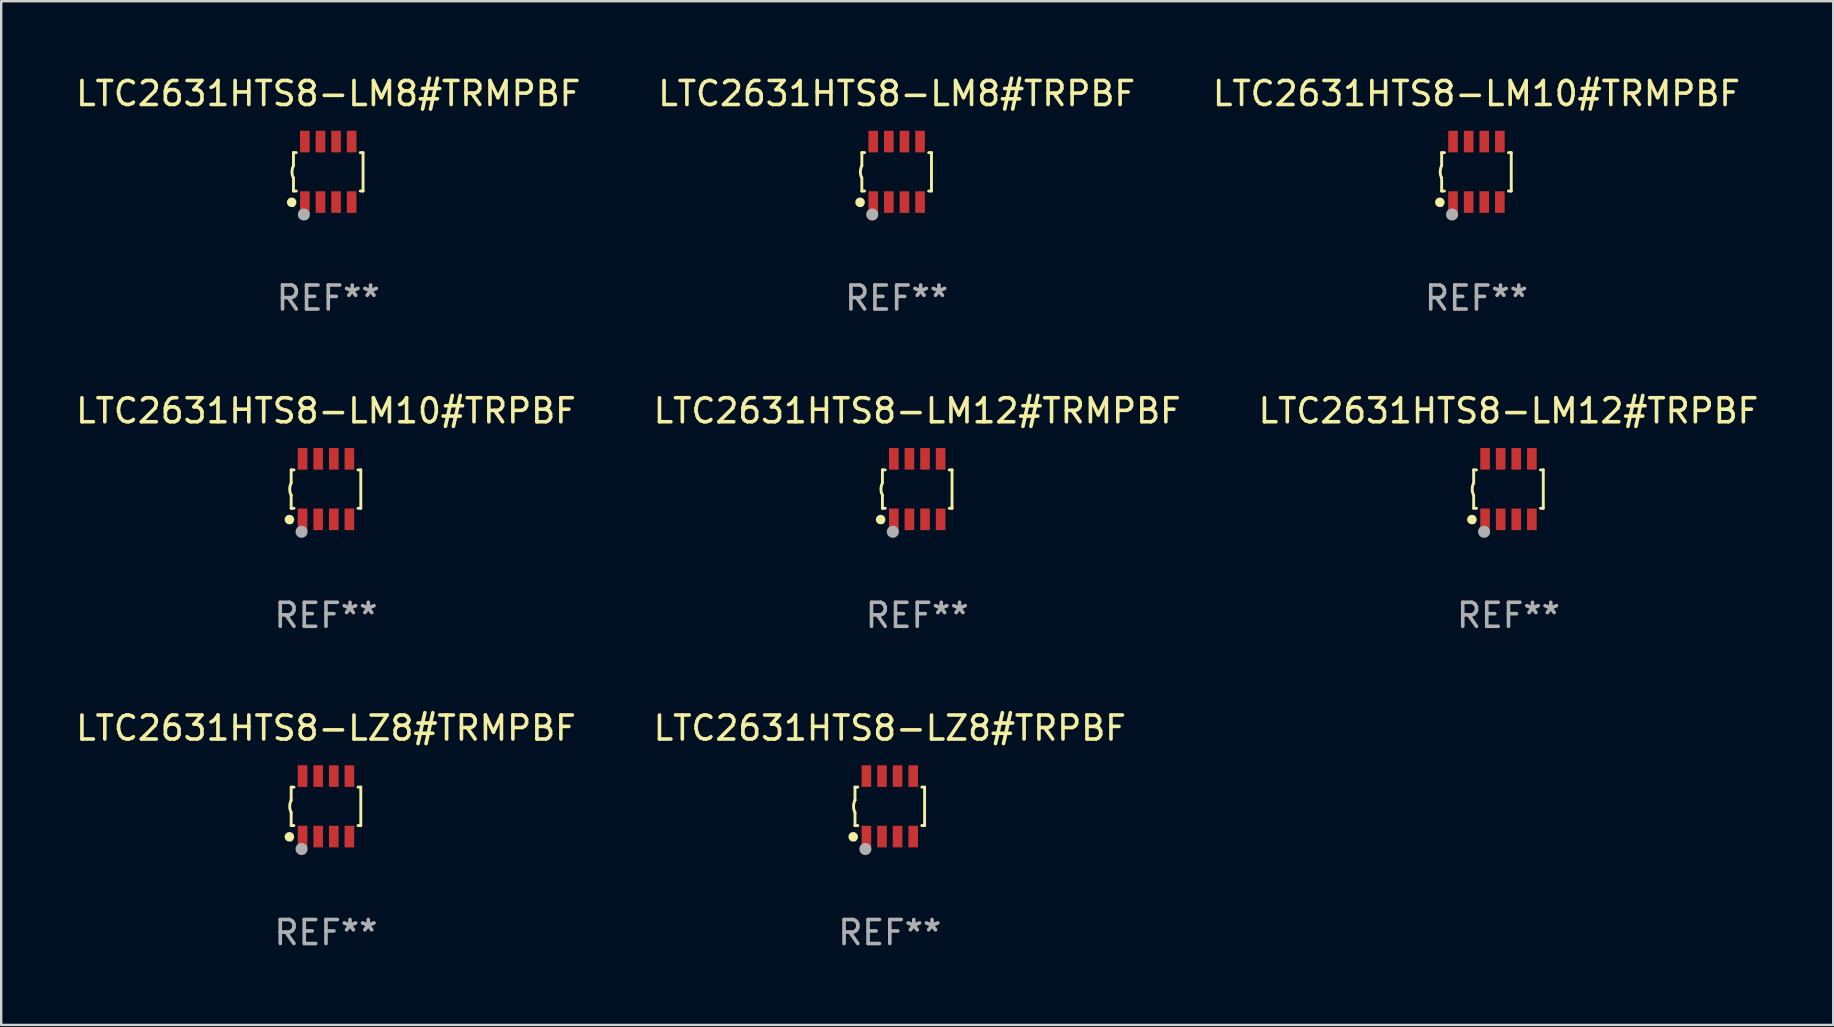
<source format=kicad_pcb>
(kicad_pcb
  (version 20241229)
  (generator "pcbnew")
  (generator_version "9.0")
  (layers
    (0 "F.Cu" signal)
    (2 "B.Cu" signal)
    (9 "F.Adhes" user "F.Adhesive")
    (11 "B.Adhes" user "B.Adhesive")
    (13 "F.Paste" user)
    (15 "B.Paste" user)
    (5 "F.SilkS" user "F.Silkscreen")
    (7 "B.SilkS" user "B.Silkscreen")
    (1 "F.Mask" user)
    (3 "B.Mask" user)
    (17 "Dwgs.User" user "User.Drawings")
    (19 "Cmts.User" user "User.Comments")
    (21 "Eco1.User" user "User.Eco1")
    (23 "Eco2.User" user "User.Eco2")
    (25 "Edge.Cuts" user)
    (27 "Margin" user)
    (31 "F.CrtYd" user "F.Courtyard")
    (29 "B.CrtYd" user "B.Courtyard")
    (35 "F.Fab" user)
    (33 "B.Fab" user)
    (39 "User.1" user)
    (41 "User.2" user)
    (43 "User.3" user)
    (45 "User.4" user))
  (footprint "LTC2631HTS8-LM10#TRMPBF"
    (layer "F.Cu")
    (at 58.458 4.108)
    (property "Reference" "LTC2631HTS8-LM10#TRMPBF" (at 0 -3.26 0) (layer "F.SilkS") (effects (font (size 1 1) (thickness 0.15))))
    (attr through_hole)
    (fp_line (start -1.45 -0.8) (end -1.45 -0.254) (stroke (width 0.12) (type solid)) (layer "F.SilkS"))
    (fp_line (start -1.45 -0.8) (end -1.334 -0.8) (stroke (width 0.12) (type solid)) (layer "F.SilkS"))
    (fp_line (start -1.45 0.8) (end -1.45 0.254) (stroke (width 0.12) (type solid)) (layer "F.SilkS"))
    (fp_line (start -1.45 0.8) (end -1.334 0.8) (stroke (width 0.12) (type solid)) (layer "F.SilkS"))
    (fp_line (start 1.334 -0.8) (end 1.45 -0.8) (stroke (width 0.12) (type solid)) (layer "F.SilkS"))
    (fp_line (start 1.334 0.8) (end 1.45 0.8) (stroke (width 0.12) (type solid)) (layer "F.SilkS"))
    (fp_line (start 1.45 0.8) (end 1.45 -0.8) (stroke (width 0.12) (type solid)) (layer "F.SilkS"))
    (fp_arc (start -1.45075 0.255144) (mid -1.510605 0.000434) (end -1.450013 -0.254102) (stroke (width 0.11999) (type solid)) (layer "F.SilkS"))
    (fp_circle (center -1.524 1.27) (end -1.424 1.27) (stroke (width 0.2) (type solid)) (fill no) (layer "F.SilkS"))
    (fp_circle (center -1.45 1.4) (end -1.42 1.4) (stroke (width 0.06) (type solid)) (fill no) (layer "F.SilkS"))
    (fp_circle (center -1.016 1.778) (end -0.889 1.778) (stroke (width 0.254) (type solid)) (fill no) (layer "F.Fab"))
    (fp_text user "REF**" (at 0 5.26 0) (layer "F.Fab") (effects (font (size 1 1) (thickness 0.15))))
    (pad "1" smd rect (at -0.975 1.26) (size 0.4 0.9) (layers "F.Cu" "F.Mask" "F.Paste"))
    (pad "2" smd rect (at -0.325 1.26) (size 0.4 0.9) (layers "F.Cu" "F.Mask" "F.Paste"))
    (pad "3" smd rect (at 0.325 1.26) (size 0.4 0.9) (layers "F.Cu" "F.Mask" "F.Paste"))
    (pad "4" smd rect (at 0.975 1.26) (size 0.4 0.9) (layers "F.Cu" "F.Mask" "F.Paste"))
    (pad "5" smd rect (at 0.975 -1.26) (size 0.4 0.9) (layers "F.Cu" "F.Mask" "F.Paste"))
    (pad "6" smd rect (at 0.325 -1.26) (size 0.4 0.9) (layers "F.Cu" "F.Mask" "F.Paste"))
    (pad "7" smd rect (at -0.325 -1.26) (size 0.4 0.9) (layers "F.Cu" "F.Mask" "F.Paste"))
    (pad "8" smd rect (at -0.975 -1.26) (size 0.4 0.9) (layers "F.Cu" "F.Mask" "F.Paste")))
  (footprint "LTC2631HTS8-LM8#TRPBF"
    (layer "F.Cu")
    (at 34.304 4.108)
    (property "Reference" "LTC2631HTS8-LM8#TRPBF" (at 0 -3.26 0) (layer "F.SilkS") (effects (font (size 1 1) (thickness 0.15))))
    (attr through_hole)
    (fp_line (start -1.45 -0.8) (end -1.45 -0.254) (stroke (width 0.12) (type solid)) (layer "F.SilkS"))
    (fp_line (start -1.45 -0.8) (end -1.334 -0.8) (stroke (width 0.12) (type solid)) (layer "F.SilkS"))
    (fp_line (start -1.45 0.8) (end -1.45 0.254) (stroke (width 0.12) (type solid)) (layer "F.SilkS"))
    (fp_line (start -1.45 0.8) (end -1.334 0.8) (stroke (width 0.12) (type solid)) (layer "F.SilkS"))
    (fp_line (start 1.334 -0.8) (end 1.45 -0.8) (stroke (width 0.12) (type solid)) (layer "F.SilkS"))
    (fp_line (start 1.334 0.8) (end 1.45 0.8) (stroke (width 0.12) (type solid)) (layer "F.SilkS"))
    (fp_line (start 1.45 0.8) (end 1.45 -0.8) (stroke (width 0.12) (type solid)) (layer "F.SilkS"))
    (fp_arc (start -1.45075 0.255144) (mid -1.510605 0.000434) (end -1.450013 -0.254102) (stroke (width 0.11999) (type solid)) (layer "F.SilkS"))
    (fp_circle (center -1.524 1.27) (end -1.424 1.27) (stroke (width 0.2) (type solid)) (fill no) (layer "F.SilkS"))
    (fp_circle (center -1.45 1.4) (end -1.42 1.4) (stroke (width 0.06) (type solid)) (fill no) (layer "F.SilkS"))
    (fp_circle (center -1.016 1.778) (end -0.889 1.778) (stroke (width 0.254) (type solid)) (fill no) (layer "F.Fab"))
    (fp_text user "REF**" (at 0 5.26 0) (layer "F.Fab") (effects (font (size 1 1) (thickness 0.15))))
    (pad "1" smd rect (at -0.975 1.26) (size 0.4 0.9) (layers "F.Cu" "F.Mask" "F.Paste"))
    (pad "2" smd rect (at -0.325 1.26) (size 0.4 0.9) (layers "F.Cu" "F.Mask" "F.Paste"))
    (pad "3" smd rect (at 0.325 1.26) (size 0.4 0.9) (layers "F.Cu" "F.Mask" "F.Paste"))
    (pad "4" smd rect (at 0.975 1.26) (size 0.4 0.9) (layers "F.Cu" "F.Mask" "F.Paste"))
    (pad "5" smd rect (at 0.975 -1.26) (size 0.4 0.9) (layers "F.Cu" "F.Mask" "F.Paste"))
    (pad "6" smd rect (at 0.325 -1.26) (size 0.4 0.9) (layers "F.Cu" "F.Mask" "F.Paste"))
    (pad "7" smd rect (at -0.325 -1.26) (size 0.4 0.9) (layers "F.Cu" "F.Mask" "F.Paste"))
    (pad "8" smd rect (at -0.975 -1.26) (size 0.4 0.9) (layers "F.Cu" "F.Mask" "F.Paste")))
  (footprint "LTC2631HTS8-LM12#TRPBF"
    (layer "F.Cu")
    (at 59.792 17.325)
    (property "Reference" "LTC2631HTS8-LM12#TRPBF" (at 0 -3.26 0) (layer "F.SilkS") (effects (font (size 1 1) (thickness 0.15))))
    (attr through_hole)
    (fp_line (start -1.45 -0.8) (end -1.45 -0.254) (stroke (width 0.12) (type solid)) (layer "F.SilkS"))
    (fp_line (start -1.45 -0.8) (end -1.334 -0.8) (stroke (width 0.12) (type solid)) (layer "F.SilkS"))
    (fp_line (start -1.45 0.8) (end -1.45 0.254) (stroke (width 0.12) (type solid)) (layer "F.SilkS"))
    (fp_line (start -1.45 0.8) (end -1.334 0.8) (stroke (width 0.12) (type solid)) (layer "F.SilkS"))
    (fp_line (start 1.334 -0.8) (end 1.45 -0.8) (stroke (width 0.12) (type solid)) (layer "F.SilkS"))
    (fp_line (start 1.334 0.8) (end 1.45 0.8) (stroke (width 0.12) (type solid)) (layer "F.SilkS"))
    (fp_line (start 1.45 0.8) (end 1.45 -0.8) (stroke (width 0.12) (type solid)) (layer "F.SilkS"))
    (fp_arc (start -1.45075 0.255144) (mid -1.510605 0.000434) (end -1.450013 -0.254102) (stroke (width 0.11999) (type solid)) (layer "F.SilkS"))
    (fp_circle (center -1.524 1.27) (end -1.424 1.27) (stroke (width 0.2) (type solid)) (fill no) (layer "F.SilkS"))
    (fp_circle (center -1.45 1.4) (end -1.42 1.4) (stroke (width 0.06) (type solid)) (fill no) (layer "F.SilkS"))
    (fp_circle (center -1.016 1.778) (end -0.889 1.778) (stroke (width 0.254) (type solid)) (fill no) (layer "F.Fab"))
    (fp_text user "REF**" (at 0 5.26 0) (layer "F.Fab") (effects (font (size 1 1) (thickness 0.15))))
    (pad "1" smd rect (at -0.975 1.26) (size 0.4 0.9) (layers "F.Cu" "F.Mask" "F.Paste"))
    (pad "2" smd rect (at -0.325 1.26) (size 0.4 0.9) (layers "F.Cu" "F.Mask" "F.Paste"))
    (pad "3" smd rect (at 0.325 1.26) (size 0.4 0.9) (layers "F.Cu" "F.Mask" "F.Paste"))
    (pad "4" smd rect (at 0.975 1.26) (size 0.4 0.9) (layers "F.Cu" "F.Mask" "F.Paste"))
    (pad "5" smd rect (at 0.975 -1.26) (size 0.4 0.9) (layers "F.Cu" "F.Mask" "F.Paste"))
    (pad "6" smd rect (at 0.325 -1.26) (size 0.4 0.9) (layers "F.Cu" "F.Mask" "F.Paste"))
    (pad "7" smd rect (at -0.325 -1.26) (size 0.4 0.9) (layers "F.Cu" "F.Mask" "F.Paste"))
    (pad "8" smd rect (at -0.975 -1.26) (size 0.4 0.9) (layers "F.Cu" "F.Mask" "F.Paste")))
  (footprint "LTC2631HTS8-LZ8#TRMPBF"
    (layer "F.Cu")
    (at 10.53 30.541)
    (property "Reference" "LTC2631HTS8-LZ8#TRMPBF" (at 0 -3.26 0) (layer "F.SilkS") (effects (font (size 1 1) (thickness 0.15))))
    (attr through_hole)
    (fp_line (start -1.45 -0.8) (end -1.45 -0.254) (stroke (width 0.12) (type solid)) (layer "F.SilkS"))
    (fp_line (start -1.45 -0.8) (end -1.334 -0.8) (stroke (width 0.12) (type solid)) (layer "F.SilkS"))
    (fp_line (start -1.45 0.8) (end -1.45 0.254) (stroke (width 0.12) (type solid)) (layer "F.SilkS"))
    (fp_line (start -1.45 0.8) (end -1.334 0.8) (stroke (width 0.12) (type solid)) (layer "F.SilkS"))
    (fp_line (start 1.334 -0.8) (end 1.45 -0.8) (stroke (width 0.12) (type solid)) (layer "F.SilkS"))
    (fp_line (start 1.334 0.8) (end 1.45 0.8) (stroke (width 0.12) (type solid)) (layer "F.SilkS"))
    (fp_line (start 1.45 0.8) (end 1.45 -0.8) (stroke (width 0.12) (type solid)) (layer "F.SilkS"))
    (fp_arc (start -1.45075 0.255144) (mid -1.510605 0.000434) (end -1.450013 -0.254102) (stroke (width 0.11999) (type solid)) (layer "F.SilkS"))
    (fp_circle (center -1.524 1.27) (end -1.424 1.27) (stroke (width 0.2) (type solid)) (fill no) (layer "F.SilkS"))
    (fp_circle (center -1.45 1.4) (end -1.42 1.4) (stroke (width 0.06) (type solid)) (fill no) (layer "F.SilkS"))
    (fp_circle (center -1.016 1.778) (end -0.889 1.778) (stroke (width 0.254) (type solid)) (fill no) (layer "F.Fab"))
    (fp_text user "REF**" (at 0 5.26 0) (layer "F.Fab") (effects (font (size 1 1) (thickness 0.15))))
    (pad "1" smd rect (at -0.975 1.26) (size 0.4 0.9) (layers "F.Cu" "F.Mask" "F.Paste"))
    (pad "2" smd rect (at -0.325 1.26) (size 0.4 0.9) (layers "F.Cu" "F.Mask" "F.Paste"))
    (pad "3" smd rect (at 0.325 1.26) (size 0.4 0.9) (layers "F.Cu" "F.Mask" "F.Paste"))
    (pad "4" smd rect (at 0.975 1.26) (size 0.4 0.9) (layers "F.Cu" "F.Mask" "F.Paste"))
    (pad "5" smd rect (at 0.975 -1.26) (size 0.4 0.9) (layers "F.Cu" "F.Mask" "F.Paste"))
    (pad "6" smd rect (at 0.325 -1.26) (size 0.4 0.9) (layers "F.Cu" "F.Mask" "F.Paste"))
    (pad "7" smd rect (at -0.325 -1.26) (size 0.4 0.9) (layers "F.Cu" "F.Mask" "F.Paste"))
    (pad "8" smd rect (at -0.975 -1.26) (size 0.4 0.9) (layers "F.Cu" "F.Mask" "F.Paste")))
  (footprint "LTC2631HTS8-LM8#TRMPBF"
    (layer "F.Cu")
    (at 10.625 4.108)
    (property "Reference" "LTC2631HTS8-LM8#TRMPBF" (at 0 -3.26 0) (layer "F.SilkS") (effects (font (size 1 1) (thickness 0.15))))
    (attr through_hole)
    (fp_line (start -1.45 -0.8) (end -1.45 -0.254) (stroke (width 0.12) (type solid)) (layer "F.SilkS"))
    (fp_line (start -1.45 -0.8) (end -1.334 -0.8) (stroke (width 0.12) (type solid)) (layer "F.SilkS"))
    (fp_line (start -1.45 0.8) (end -1.45 0.254) (stroke (width 0.12) (type solid)) (layer "F.SilkS"))
    (fp_line (start -1.45 0.8) (end -1.334 0.8) (stroke (width 0.12) (type solid)) (layer "F.SilkS"))
    (fp_line (start 1.334 -0.8) (end 1.45 -0.8) (stroke (width 0.12) (type solid)) (layer "F.SilkS"))
    (fp_line (start 1.334 0.8) (end 1.45 0.8) (stroke (width 0.12) (type solid)) (layer "F.SilkS"))
    (fp_line (start 1.45 0.8) (end 1.45 -0.8) (stroke (width 0.12) (type solid)) (layer "F.SilkS"))
    (fp_arc (start -1.45075 0.255144) (mid -1.510605 0.000434) (end -1.450013 -0.254102) (stroke (width 0.11999) (type solid)) (layer "F.SilkS"))
    (fp_circle (center -1.524 1.27) (end -1.424 1.27) (stroke (width 0.2) (type solid)) (fill no) (layer "F.SilkS"))
    (fp_circle (center -1.45 1.4) (end -1.42 1.4) (stroke (width 0.06) (type solid)) (fill no) (layer "F.SilkS"))
    (fp_circle (center -1.016 1.778) (end -0.889 1.778) (stroke (width 0.254) (type solid)) (fill no) (layer "F.Fab"))
    (fp_text user "REF**" (at 0 5.26 0) (layer "F.Fab") (effects (font (size 1 1) (thickness 0.15))))
    (pad "1" smd rect (at -0.975 1.26) (size 0.4 0.9) (layers "F.Cu" "F.Mask" "F.Paste"))
    (pad "2" smd rect (at -0.325 1.26) (size 0.4 0.9) (layers "F.Cu" "F.Mask" "F.Paste"))
    (pad "3" smd rect (at 0.325 1.26) (size 0.4 0.9) (layers "F.Cu" "F.Mask" "F.Paste"))
    (pad "4" smd rect (at 0.975 1.26) (size 0.4 0.9) (layers "F.Cu" "F.Mask" "F.Paste"))
    (pad "5" smd rect (at 0.975 -1.26) (size 0.4 0.9) (layers "F.Cu" "F.Mask" "F.Paste"))
    (pad "6" smd rect (at 0.325 -1.26) (size 0.4 0.9) (layers "F.Cu" "F.Mask" "F.Paste"))
    (pad "7" smd rect (at -0.325 -1.26) (size 0.4 0.9) (layers "F.Cu" "F.Mask" "F.Paste"))
    (pad "8" smd rect (at -0.975 -1.26) (size 0.4 0.9) (layers "F.Cu" "F.Mask" "F.Paste")))
  (footprint "LTC2631HTS8-LM10#TRPBF"
    (layer "F.Cu")
    (at 10.53 17.325)
    (property "Reference" "LTC2631HTS8-LM10#TRPBF" (at 0 -3.26 0) (layer "F.SilkS") (effects (font (size 1 1) (thickness 0.15))))
    (attr through_hole)
    (fp_line (start -1.45 -0.8) (end -1.45 -0.254) (stroke (width 0.12) (type solid)) (layer "F.SilkS"))
    (fp_line (start -1.45 -0.8) (end -1.334 -0.8) (stroke (width 0.12) (type solid)) (layer "F.SilkS"))
    (fp_line (start -1.45 0.8) (end -1.45 0.254) (stroke (width 0.12) (type solid)) (layer "F.SilkS"))
    (fp_line (start -1.45 0.8) (end -1.334 0.8) (stroke (width 0.12) (type solid)) (layer "F.SilkS"))
    (fp_line (start 1.334 -0.8) (end 1.45 -0.8) (stroke (width 0.12) (type solid)) (layer "F.SilkS"))
    (fp_line (start 1.334 0.8) (end 1.45 0.8) (stroke (width 0.12) (type solid)) (layer "F.SilkS"))
    (fp_line (start 1.45 0.8) (end 1.45 -0.8) (stroke (width 0.12) (type solid)) (layer "F.SilkS"))
    (fp_arc (start -1.45075 0.255144) (mid -1.510605 0.000434) (end -1.450013 -0.254102) (stroke (width 0.11999) (type solid)) (layer "F.SilkS"))
    (fp_circle (center -1.524 1.27) (end -1.424 1.27) (stroke (width 0.2) (type solid)) (fill no) (layer "F.SilkS"))
    (fp_circle (center -1.45 1.4) (end -1.42 1.4) (stroke (width 0.06) (type solid)) (fill no) (layer "F.SilkS"))
    (fp_circle (center -1.016 1.778) (end -0.889 1.778) (stroke (width 0.254) (type solid)) (fill no) (layer "F.Fab"))
    (fp_text user "REF**" (at 0 5.26 0) (layer "F.Fab") (effects (font (size 1 1) (thickness 0.15))))
    (pad "1" smd rect (at -0.975 1.26) (size 0.4 0.9) (layers "F.Cu" "F.Mask" "F.Paste"))
    (pad "2" smd rect (at -0.325 1.26) (size 0.4 0.9) (layers "F.Cu" "F.Mask" "F.Paste"))
    (pad "3" smd rect (at 0.325 1.26) (size 0.4 0.9) (layers "F.Cu" "F.Mask" "F.Paste"))
    (pad "4" smd rect (at 0.975 1.26) (size 0.4 0.9) (layers "F.Cu" "F.Mask" "F.Paste"))
    (pad "5" smd rect (at 0.975 -1.26) (size 0.4 0.9) (layers "F.Cu" "F.Mask" "F.Paste"))
    (pad "6" smd rect (at 0.325 -1.26) (size 0.4 0.9) (layers "F.Cu" "F.Mask" "F.Paste"))
    (pad "7" smd rect (at -0.325 -1.26) (size 0.4 0.9) (layers "F.Cu" "F.Mask" "F.Paste"))
    (pad "8" smd rect (at -0.975 -1.26) (size 0.4 0.9) (layers "F.Cu" "F.Mask" "F.Paste")))
  (footprint "LTC2631HTS8-LM12#TRMPBF"
    (layer "F.Cu")
    (at 35.161 17.325)
    (property "Reference" "LTC2631HTS8-LM12#TRMPBF" (at 0 -3.26 0) (layer "F.SilkS") (effects (font (size 1 1) (thickness 0.15))))
    (attr through_hole)
    (fp_line (start -1.45 -0.8) (end -1.45 -0.254) (stroke (width 0.12) (type solid)) (layer "F.SilkS"))
    (fp_line (start -1.45 -0.8) (end -1.334 -0.8) (stroke (width 0.12) (type solid)) (layer "F.SilkS"))
    (fp_line (start -1.45 0.8) (end -1.45 0.254) (stroke (width 0.12) (type solid)) (layer "F.SilkS"))
    (fp_line (start -1.45 0.8) (end -1.334 0.8) (stroke (width 0.12) (type solid)) (layer "F.SilkS"))
    (fp_line (start 1.334 -0.8) (end 1.45 -0.8) (stroke (width 0.12) (type solid)) (layer "F.SilkS"))
    (fp_line (start 1.334 0.8) (end 1.45 0.8) (stroke (width 0.12) (type solid)) (layer "F.SilkS"))
    (fp_line (start 1.45 0.8) (end 1.45 -0.8) (stroke (width 0.12) (type solid)) (layer "F.SilkS"))
    (fp_arc (start -1.45075 0.255144) (mid -1.510605 0.000434) (end -1.450013 -0.254102) (stroke (width 0.11999) (type solid)) (layer "F.SilkS"))
    (fp_circle (center -1.524 1.27) (end -1.424 1.27) (stroke (width 0.2) (type solid)) (fill no) (layer "F.SilkS"))
    (fp_circle (center -1.45 1.4) (end -1.42 1.4) (stroke (width 0.06) (type solid)) (fill no) (layer "F.SilkS"))
    (fp_circle (center -1.016 1.778) (end -0.889 1.778) (stroke (width 0.254) (type solid)) (fill no) (layer "F.Fab"))
    (fp_text user "REF**" (at 0 5.26 0) (layer "F.Fab") (effects (font (size 1 1) (thickness 0.15))))
    (pad "1" smd rect (at -0.975 1.26) (size 0.4 0.9) (layers "F.Cu" "F.Mask" "F.Paste"))
    (pad "2" smd rect (at -0.325 1.26) (size 0.4 0.9) (layers "F.Cu" "F.Mask" "F.Paste"))
    (pad "3" smd rect (at 0.325 1.26) (size 0.4 0.9) (layers "F.Cu" "F.Mask" "F.Paste"))
    (pad "4" smd rect (at 0.975 1.26) (size 0.4 0.9) (layers "F.Cu" "F.Mask" "F.Paste"))
    (pad "5" smd rect (at 0.975 -1.26) (size 0.4 0.9) (layers "F.Cu" "F.Mask" "F.Paste"))
    (pad "6" smd rect (at 0.325 -1.26) (size 0.4 0.9) (layers "F.Cu" "F.Mask" "F.Paste"))
    (pad "7" smd rect (at -0.325 -1.26) (size 0.4 0.9) (layers "F.Cu" "F.Mask" "F.Paste"))
    (pad "8" smd rect (at -0.975 -1.26) (size 0.4 0.9) (layers "F.Cu" "F.Mask" "F.Paste")))
  (footprint "LTC2631HTS8-LZ8#TRPBF"
    (layer "F.Cu")
    (at 34.018 30.541)
    (property "Reference" "LTC2631HTS8-LZ8#TRPBF" (at 0 -3.26 0) (layer "F.SilkS") (effects (font (size 1 1) (thickness 0.15))))
    (attr through_hole)
    (fp_line (start -1.45 -0.8) (end -1.45 -0.254) (stroke (width 0.12) (type solid)) (layer "F.SilkS"))
    (fp_line (start -1.45 -0.8) (end -1.334 -0.8) (stroke (width 0.12) (type solid)) (layer "F.SilkS"))
    (fp_line (start -1.45 0.8) (end -1.45 0.254) (stroke (width 0.12) (type solid)) (layer "F.SilkS"))
    (fp_line (start -1.45 0.8) (end -1.334 0.8) (stroke (width 0.12) (type solid)) (layer "F.SilkS"))
    (fp_line (start 1.334 -0.8) (end 1.45 -0.8) (stroke (width 0.12) (type solid)) (layer "F.SilkS"))
    (fp_line (start 1.334 0.8) (end 1.45 0.8) (stroke (width 0.12) (type solid)) (layer "F.SilkS"))
    (fp_line (start 1.45 0.8) (end 1.45 -0.8) (stroke (width 0.12) (type solid)) (layer "F.SilkS"))
    (fp_arc (start -1.45075 0.255144) (mid -1.510605 0.000434) (end -1.450013 -0.254102) (stroke (width 0.11999) (type solid)) (layer "F.SilkS"))
    (fp_circle (center -1.524 1.27) (end -1.424 1.27) (stroke (width 0.2) (type solid)) (fill no) (layer "F.SilkS"))
    (fp_circle (center -1.45 1.4) (end -1.42 1.4) (stroke (width 0.06) (type solid)) (fill no) (layer "F.SilkS"))
    (fp_circle (center -1.016 1.778) (end -0.889 1.778) (stroke (width 0.254) (type solid)) (fill no) (layer "F.Fab"))
    (fp_text user "REF**" (at 0 5.26 0) (layer "F.Fab") (effects (font (size 1 1) (thickness 0.15))))
    (pad "1" smd rect (at -0.975 1.26) (size 0.4 0.9) (layers "F.Cu" "F.Mask" "F.Paste"))
    (pad "2" smd rect (at -0.325 1.26) (size 0.4 0.9) (layers "F.Cu" "F.Mask" "F.Paste"))
    (pad "3" smd rect (at 0.325 1.26) (size 0.4 0.9) (layers "F.Cu" "F.Mask" "F.Paste"))
    (pad "4" smd rect (at 0.975 1.26) (size 0.4 0.9) (layers "F.Cu" "F.Mask" "F.Paste"))
    (pad "5" smd rect (at 0.975 -1.26) (size 0.4 0.9) (layers "F.Cu" "F.Mask" "F.Paste"))
    (pad "6" smd rect (at 0.325 -1.26) (size 0.4 0.9) (layers "F.Cu" "F.Mask" "F.Paste"))
    (pad "7" smd rect (at -0.325 -1.26) (size 0.4 0.9) (layers "F.Cu" "F.Mask" "F.Paste"))
    (pad "8" smd rect (at -0.975 -1.26) (size 0.4 0.9) (layers "F.Cu" "F.Mask" "F.Paste")))
  (gr_rect
    (start -3 -3)
    (end 73.321 39.649)
    (stroke (width 0.1) (type default))
    (fill no)
    (layer "Edge.Cuts")))
</source>
